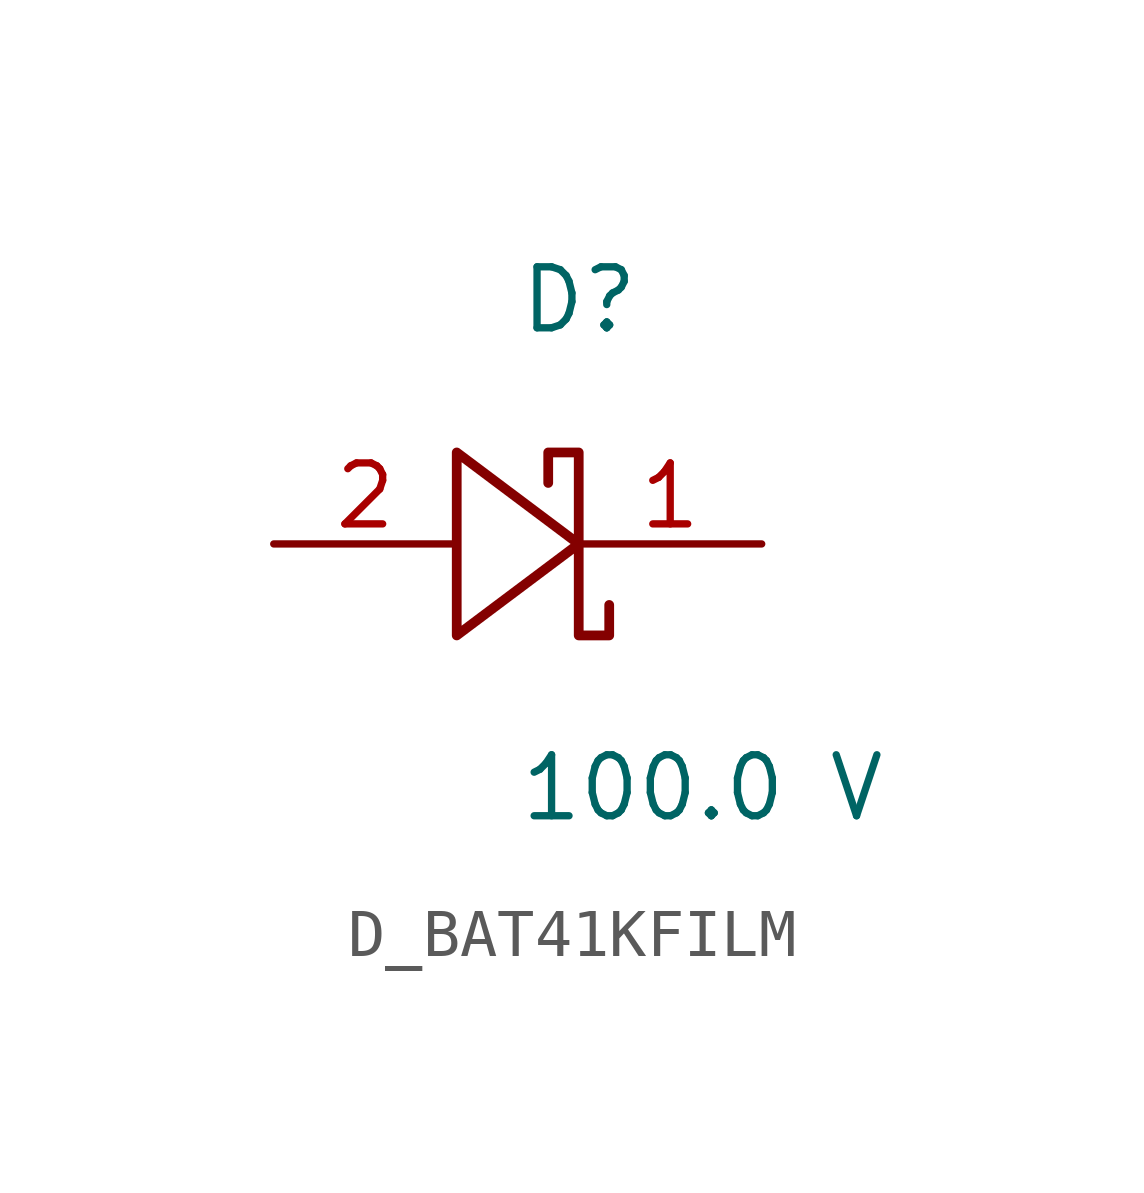
<source format=kicad_sym>
(kicad_symbol_lib
  (version 20231120)
  (generator kicad_symbol_editor)
  (generator_version 8.0)
  (symbol "D_BAT41KFILM"
    (pin_names
      (offset 0.254))
    (property "Reference" "D"
      (at 0 5.08 0)
      (effects (font (size 1.27 1.27)) (justify left)))
    (property "Value" "100.0 V"
      (at 0 -5.08 0)
      (effects (font (size 1.27 1.27)) (justify left)))
    (symbol "D_BAT41KFILM_1_0"
      (polyline (pts (xy 0.635 1.27) (xy 0.635 1.905) (xy 1.27 1.905) (xy 1.27 0) (xy -1.27 1.905) (xy -1.27 -1.905) (xy 1.27 0) (xy 1.27 -1.905) (xy 1.905 -1.905) (xy 1.905 -1.27)) (stroke (width 0.203) (type default)) (fill (type none)))
      (pin unspecified line (at 5.08 0 180) (length 3.81) (name "" (effects (font (size 1.27 1.27)))) (number "1" (effects (font (size 1.27 1.27)))))
      (pin unspecified line (at -5.08 0 0) (length 3.81) (name "" (effects (font (size 1.27 1.27)))) (number "2" (effects (font (size 1.27 1.27))))))))
</source>
